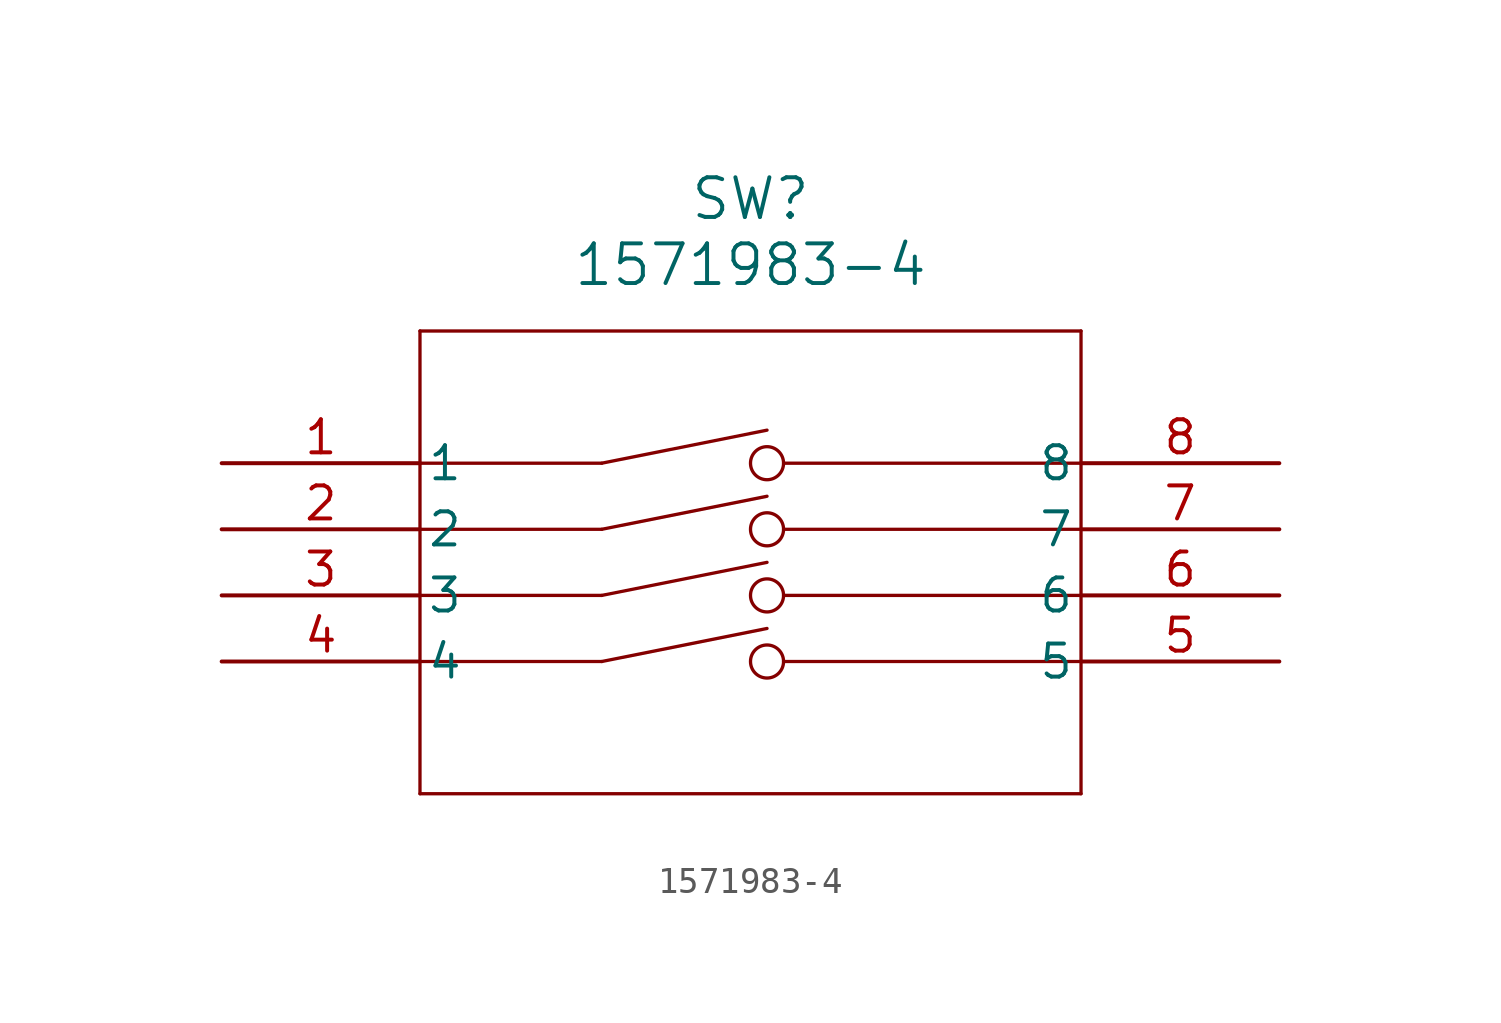
<source format=kicad_sym>
(kicad_symbol_lib
  (version 20211014)
  (generator kicad_symbol_editor)
  (symbol "1571983-4"
    (pin_names
      (offset 0.254))
    (property "Reference" "SW"
      (at 0 10.16 0)
      (effects (font (size 1.524 1.524))))
    (property "Value" "1571983-4"
      (at 0 7.62 0)
      (effects (font (size 1.524 1.524))))
    (symbol "1571983-4_0_1"
      (polyline (pts (xy -12.7 5.08) (xy -12.7 -12.7)) (stroke (width 0.127) (type default) (color 0 0 0 0)) (fill (type none)))
      (polyline (pts (xy -12.7 -12.7) (xy 12.7 -12.7)) (stroke (width 0.127) (type default) (color 0 0 0 0)) (fill (type none)))
      (polyline (pts (xy 12.7 -12.7) (xy 12.7 5.08)) (stroke (width 0.127) (type default) (color 0 0 0 0)) (fill (type none)))
      (polyline (pts (xy 12.7 5.08) (xy -12.7 5.08)) (stroke (width 0.127) (type default) (color 0 0 0 0)) (fill (type none)))
      (circle (center 0.635 0) (radius 0.635) (stroke (width 0.127) (type default) (color 0 0 0 0)) (fill (type none)))
      (circle (center 0.635 -2.54) (radius 0.635) (stroke (width 0.127) (type default) (color 0 0 0 0)) (fill (type none)))
      (polyline (pts (xy 1.27 0) (xy 12.7 0)) (stroke (width 0.127) (type default) (color 0 0 0 0)) (fill (type none)))
      (polyline (pts (xy 12.7 -2.54) (xy 1.27 -2.54)) (stroke (width 0.127) (type default) (color 0 0 0 0)) (fill (type none)))
      (polyline (pts (xy 0.635 1.27) (xy -5.715 0)) (stroke (width 0.127) (type default) (color 0 0 0 0)) (fill (type none)))
      (polyline (pts (xy -5.715 0) (xy -12.7 0)) (stroke (width 0.127) (type default) (color 0 0 0 0)) (fill (type none)))
      (polyline (pts (xy -12.7 -2.54) (xy -5.715 -2.54)) (stroke (width 0.127) (type default) (color 0 0 0 0)) (fill (type none)))
      (polyline (pts (xy -5.715 -2.54) (xy 0.635 -1.27)) (stroke (width 0.127) (type default) (color 0 0 0 0)) (fill (type none)))
      (circle (center 0.635 -5.08) (radius 0.635) (stroke (width 0.127) (type default) (color 0 0 0 0)) (fill (type none)))
      (circle (center 0.635 -7.62) (radius 0.635) (stroke (width 0.127) (type default) (color 0 0 0 0)) (fill (type none)))
      (polyline (pts (xy 1.27 -5.08) (xy 12.7 -5.08)) (stroke (width 0.127) (type default) (color 0 0 0 0)) (fill (type none)))
      (polyline (pts (xy 12.7 -7.62) (xy 1.27 -7.62)) (stroke (width 0.127) (type default) (color 0 0 0 0)) (fill (type none)))
      (polyline (pts (xy 0.635 -3.81) (xy -5.715 -5.08)) (stroke (width 0.127) (type default) (color 0 0 0 0)) (fill (type none)))
      (polyline (pts (xy -5.715 -5.08) (xy -12.7 -5.08)) (stroke (width 0.127) (type default) (color 0 0 0 0)) (fill (type none)))
      (polyline (pts (xy -12.7 -7.62) (xy -5.715 -7.62)) (stroke (width 0.127) (type default) (color 0 0 0 0)) (fill (type none)))
      (polyline (pts (xy -5.715 -7.62) (xy 0.635 -6.35)) (stroke (width 0.127) (type default) (color 0 0 0 0)) (fill (type none)))
      (pin unspecified line (at -20.32 0 0) (length 7.62) (name "1" (effects (font (size 1.27 1.27)))) (number "1" (effects (font (size 1.27 1.27)))))
      (pin unspecified line (at -20.32 -2.54 0) (length 7.62) (name "2" (effects (font (size 1.27 1.27)))) (number "2" (effects (font (size 1.27 1.27)))))
      (pin unspecified line (at -20.32 -5.08 0) (length 7.62) (name "3" (effects (font (size 1.27 1.27)))) (number "3" (effects (font (size 1.27 1.27)))))
      (pin unspecified line (at -20.32 -7.62 0) (length 7.62) (name "4" (effects (font (size 1.27 1.27)))) (number "4" (effects (font (size 1.27 1.27)))))
      (pin unspecified line (at 20.32 -7.62 180) (length 7.62) (name "5" (effects (font (size 1.27 1.27)))) (number "5" (effects (font (size 1.27 1.27)))))
      (pin unspecified line (at 20.32 -5.08 180) (length 7.62) (name "6" (effects (font (size 1.27 1.27)))) (number "6" (effects (font (size 1.27 1.27)))))
      (pin unspecified line (at 20.32 -2.54 180) (length 7.62) (name "7" (effects (font (size 1.27 1.27)))) (number "7" (effects (font (size 1.27 1.27)))))
      (pin unspecified line (at 20.32 0 180) (length 7.62) (name "8" (effects (font (size 1.27 1.27)))) (number "8" (effects (font (size 1.27 1.27))))))))
</source>
